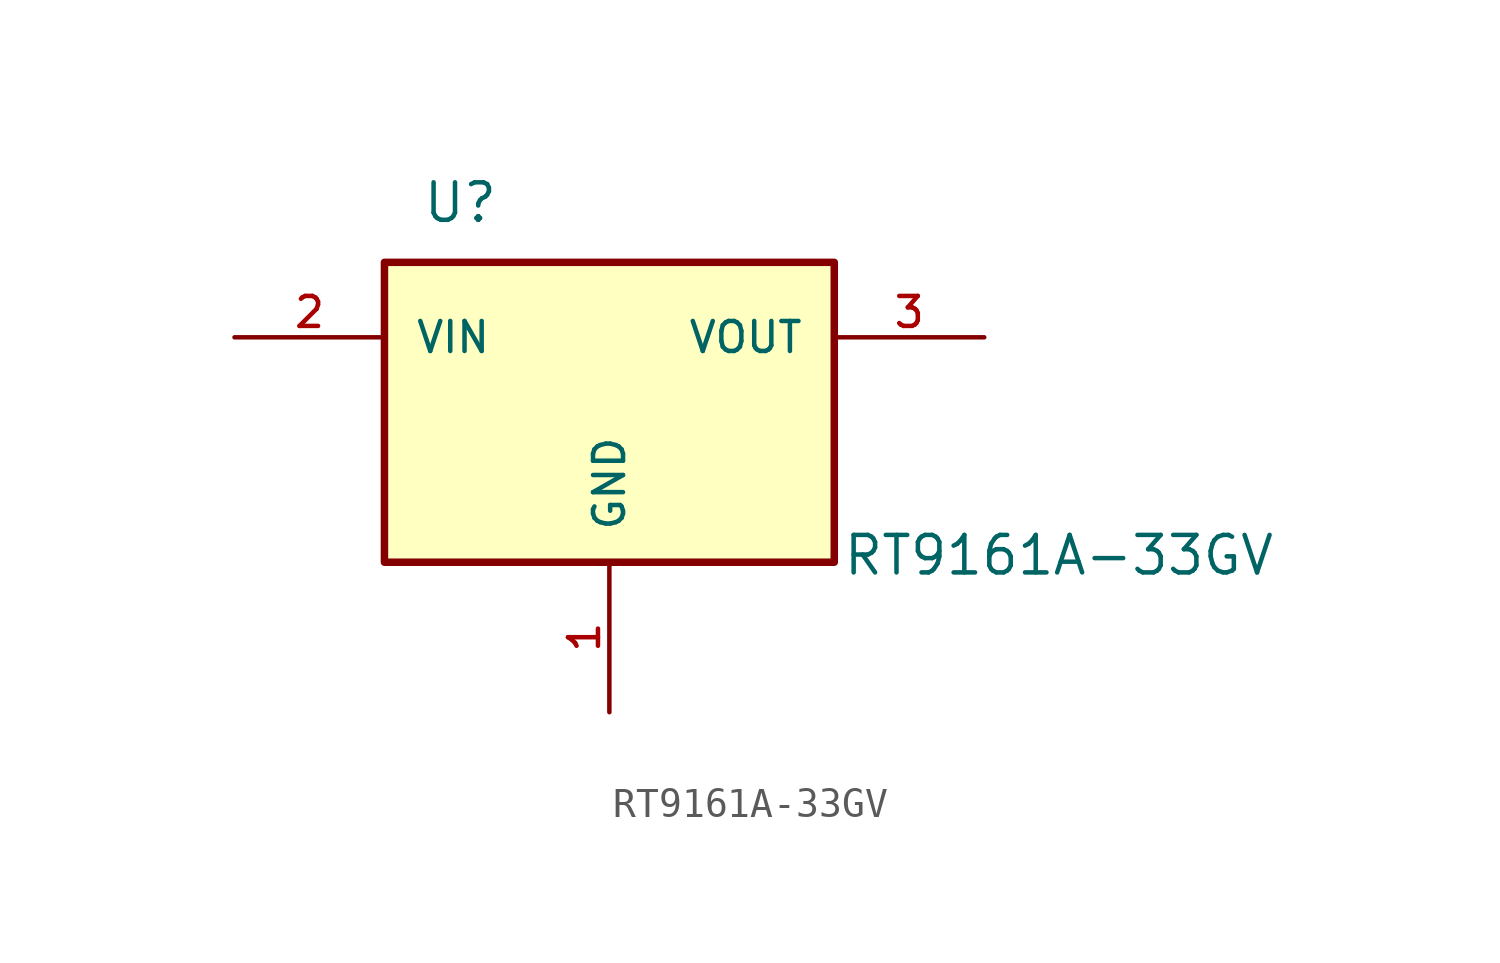
<source format=kicad_sym>
(kicad_symbol_lib
  (version 20241209)
  (generator "kicad_symbol_editor")
  (generator_version "9.0")
  (symbol "RT9161A-33GV"
    (pin_names
      (offset 1.016))
    (property "Reference" "U"
      (at -6.358 6.358 0)
      (effects (font (size 1.27 1.27)) (justify left bottom)))
    (property "Value" "RT9161A-33GV"
      (at 7.874 -5.588 0)
      (effects (font (size 1.27 1.27)) (justify left bottom)))
    (symbol "RT9161A-33GV_0_0"
      (rectangle (start -7.62 -5.08) (end 7.62 5.08) (stroke (width 0.254) (type default)) (fill (type background))))
    (symbol "RT9161A-33GV_1_0"
      (pin input line (at -12.7 2.54 0) (length 5.08) (name "VIN" (effects (font (size 1.016 1.016)))) (number "2" (effects (font (size 1.016 1.016)))))
      (pin power_in line (at 0 -10.16 90) (length 5.08) (name "GND" (effects (font (size 1.016 1.016)))) (number "1" (effects (font (size 1.016 1.016)))))
      (pin output line (at 12.7 2.54 180) (length 5.08) (name "VOUT" (effects (font (size 1.016 1.016)))) (number "3" (effects (font (size 1.016 1.016))))))))
</source>
